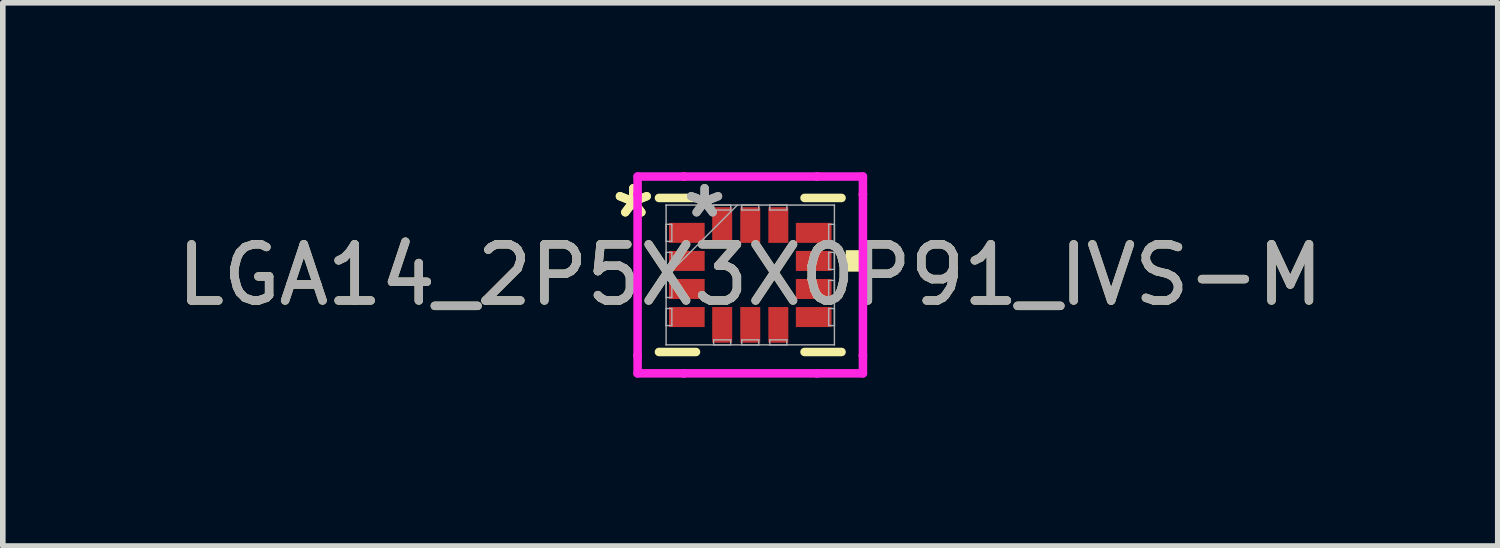
<source format=kicad_pcb>
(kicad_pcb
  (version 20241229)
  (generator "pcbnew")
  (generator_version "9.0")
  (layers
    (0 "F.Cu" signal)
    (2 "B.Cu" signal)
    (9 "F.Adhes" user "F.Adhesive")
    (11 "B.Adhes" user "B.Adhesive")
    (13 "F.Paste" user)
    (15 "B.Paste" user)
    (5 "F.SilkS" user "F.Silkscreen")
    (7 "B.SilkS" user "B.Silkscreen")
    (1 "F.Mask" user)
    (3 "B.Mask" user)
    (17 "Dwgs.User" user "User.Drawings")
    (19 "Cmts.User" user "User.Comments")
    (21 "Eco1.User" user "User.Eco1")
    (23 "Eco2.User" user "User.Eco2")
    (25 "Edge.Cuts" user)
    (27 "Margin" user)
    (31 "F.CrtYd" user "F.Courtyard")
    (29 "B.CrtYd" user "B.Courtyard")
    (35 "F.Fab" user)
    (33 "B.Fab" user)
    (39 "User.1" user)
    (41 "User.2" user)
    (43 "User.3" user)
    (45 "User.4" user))
  (footprint "LGA14_2P5X3X0P91_IVS-M"
    (layer "F.Cu")
    (at 10.315 1.848)
    (property "Reference" "LGA14_2P5X3X0P91_IVS-M" (at 0 0 0) (unlocked yes) (layer "F.SilkS") (effects (font (size 1 1) (thickness 0.15))))
    (attr smd)
    (fp_line (start -1.626 1.372) (end -0.967 1.372) (stroke (width 0.152) (type solid)) (layer "F.SilkS"))
    (fp_line (start -0.967 -1.372) (end -1.626 -1.372) (stroke (width 0.152) (type solid)) (layer "F.SilkS"))
    (fp_line (start 0.967 1.372) (end 1.626 1.372) (stroke (width 0.152) (type solid)) (layer "F.SilkS"))
    (fp_line (start 1.626 -1.372) (end 0.967 -1.372) (stroke (width 0.152) (type solid)) (layer "F.SilkS"))
    (fp_poly (pts (xy 1.956 -0.441) (xy 1.956 -0.059) (xy 1.702 -0.059) (xy 1.702 -0.441)) (stroke (width 0) (type solid)) (fill yes) (layer "F.SilkS"))
    (fp_line (start -2.007 -1.753) (end -1.186 -1.753) (stroke (width 0.152) (type solid)) (layer "F.CrtYd"))
    (fp_line (start -2.007 -1.436) (end -2.007 -1.753) (stroke (width 0.152) (type solid)) (layer "F.CrtYd"))
    (fp_line (start -2.007 -1.436) (end -2.007 -1.436) (stroke (width 0.152) (type solid)) (layer "F.CrtYd"))
    (fp_line (start -2.007 1.436) (end -2.007 -1.436) (stroke (width 0.152) (type solid)) (layer "F.CrtYd"))
    (fp_line (start -2.007 1.436) (end -2.007 1.436) (stroke (width 0.152) (type solid)) (layer "F.CrtYd"))
    (fp_line (start -2.007 1.753) (end -2.007 1.436) (stroke (width 0.152) (type solid)) (layer "F.CrtYd"))
    (fp_line (start -1.186 -1.753) (end -1.186 -1.753) (stroke (width 0.152) (type solid)) (layer "F.CrtYd"))
    (fp_line (start -1.186 -1.753) (end 1.186 -1.753) (stroke (width 0.152) (type solid)) (layer "F.CrtYd"))
    (fp_line (start -1.186 1.753) (end -2.007 1.753) (stroke (width 0.152) (type solid)) (layer "F.CrtYd"))
    (fp_line (start -1.186 1.753) (end -1.186 1.753) (stroke (width 0.152) (type solid)) (layer "F.CrtYd"))
    (fp_line (start 1.186 -1.753) (end 1.186 -1.753) (stroke (width 0.152) (type solid)) (layer "F.CrtYd"))
    (fp_line (start 1.186 -1.753) (end 2.007 -1.753) (stroke (width 0.152) (type solid)) (layer "F.CrtYd"))
    (fp_line (start 1.186 1.753) (end -1.186 1.753) (stroke (width 0.152) (type solid)) (layer "F.CrtYd"))
    (fp_line (start 1.186 1.753) (end 1.186 1.753) (stroke (width 0.152) (type solid)) (layer "F.CrtYd"))
    (fp_line (start 2.007 -1.753) (end 2.007 -1.436) (stroke (width 0.152) (type solid)) (layer "F.CrtYd"))
    (fp_line (start 2.007 -1.436) (end 2.007 -1.436) (stroke (width 0.152) (type solid)) (layer "F.CrtYd"))
    (fp_line (start 2.007 -1.436) (end 2.007 1.436) (stroke (width 0.152) (type solid)) (layer "F.CrtYd"))
    (fp_line (start 2.007 1.436) (end 2.007 1.436) (stroke (width 0.152) (type solid)) (layer "F.CrtYd"))
    (fp_line (start 2.007 1.436) (end 2.007 1.753) (stroke (width 0.152) (type solid)) (layer "F.CrtYd"))
    (fp_line (start 2.007 1.753) (end 1.186 1.753) (stroke (width 0.152) (type solid)) (layer "F.CrtYd"))
    (fp_line (start -1.499 -1.245) (end -1.499 -1.245) (stroke (width 0.025) (type solid)) (layer "F.Fab"))
    (fp_line (start -1.499 -1.245) (end -1.499 1.245) (stroke (width 0.025) (type solid)) (layer "F.Fab"))
    (fp_line (start -1.499 -0.902) (end -1.397 -0.902) (stroke (width 0.025) (type solid)) (layer "F.Fab"))
    (fp_line (start -1.499 -0.598) (end -1.499 -0.902) (stroke (width 0.025) (type solid)) (layer "F.Fab"))
    (fp_line (start -1.499 -0.402) (end -1.397 -0.402) (stroke (width 0.025) (type solid)) (layer "F.Fab"))
    (fp_line (start -1.499 -0.098) (end -1.499 -0.402) (stroke (width 0.025) (type solid)) (layer "F.Fab"))
    (fp_line (start -1.499 0.025) (end -0.229 -1.245) (stroke (width 0.025) (type solid)) (layer "F.Fab"))
    (fp_line (start -1.499 0.098) (end -1.397 0.098) (stroke (width 0.025) (type solid)) (layer "F.Fab"))
    (fp_line (start -1.499 0.402) (end -1.499 0.098) (stroke (width 0.025) (type solid)) (layer "F.Fab"))
    (fp_line (start -1.499 0.598) (end -1.397 0.598) (stroke (width 0.025) (type solid)) (layer "F.Fab"))
    (fp_line (start -1.499 0.902) (end -1.499 0.598) (stroke (width 0.025) (type solid)) (layer "F.Fab"))
    (fp_line (start -1.499 1.245) (end -1.499 1.245) (stroke (width 0.025) (type solid)) (layer "F.Fab"))
    (fp_line (start -1.499 1.245) (end 1.499 1.245) (stroke (width 0.025) (type solid)) (layer "F.Fab"))
    (fp_line (start -1.397 -0.902) (end -1.397 -0.598) (stroke (width 0.025) (type solid)) (layer "F.Fab"))
    (fp_line (start -1.397 -0.598) (end -1.499 -0.598) (stroke (width 0.025) (type solid)) (layer "F.Fab"))
    (fp_line (start -1.397 -0.402) (end -1.397 -0.098) (stroke (width 0.025) (type solid)) (layer "F.Fab"))
    (fp_line (start -1.397 -0.098) (end -1.499 -0.098) (stroke (width 0.025) (type solid)) (layer "F.Fab"))
    (fp_line (start -1.397 0.098) (end -1.397 0.402) (stroke (width 0.025) (type solid)) (layer "F.Fab"))
    (fp_line (start -1.397 0.402) (end -1.499 0.402) (stroke (width 0.025) (type solid)) (layer "F.Fab"))
    (fp_line (start -1.397 0.598) (end -1.397 0.902) (stroke (width 0.025) (type solid)) (layer "F.Fab"))
    (fp_line (start -1.397 0.902) (end -1.499 0.902) (stroke (width 0.025) (type solid)) (layer "F.Fab"))
    (fp_line (start -0.652 -1.245) (end -0.348 -1.245) (stroke (width 0.025) (type solid)) (layer "F.Fab"))
    (fp_line (start -0.652 -1.156) (end -0.652 -1.245) (stroke (width 0.025) (type solid)) (layer "F.Fab"))
    (fp_line (start -0.652 1.156) (end -0.348 1.156) (stroke (width 0.025) (type solid)) (layer "F.Fab"))
    (fp_line (start -0.652 1.245) (end -0.652 1.156) (stroke (width 0.025) (type solid)) (layer "F.Fab"))
    (fp_line (start -0.348 -1.245) (end -0.348 -1.156) (stroke (width 0.025) (type solid)) (layer "F.Fab"))
    (fp_line (start -0.348 -1.156) (end -0.652 -1.156) (stroke (width 0.025) (type solid)) (layer "F.Fab"))
    (fp_line (start -0.348 1.156) (end -0.348 1.245) (stroke (width 0.025) (type solid)) (layer "F.Fab"))
    (fp_line (start -0.348 1.245) (end -0.652 1.245) (stroke (width 0.025) (type solid)) (layer "F.Fab"))
    (fp_line (start -0.152 -1.245) (end 0.152 -1.245) (stroke (width 0.025) (type solid)) (layer "F.Fab"))
    (fp_line (start -0.152 -1.156) (end -0.152 -1.245) (stroke (width 0.025) (type solid)) (layer "F.Fab"))
    (fp_line (start -0.152 1.156) (end 0.152 1.156) (stroke (width 0.025) (type solid)) (layer "F.Fab"))
    (fp_line (start -0.152 1.245) (end -0.152 1.156) (stroke (width 0.025) (type solid)) (layer "F.Fab"))
    (fp_line (start 0.152 -1.245) (end 0.152 -1.156) (stroke (width 0.025) (type solid)) (layer "F.Fab"))
    (fp_line (start 0.152 -1.156) (end -0.152 -1.156) (stroke (width 0.025) (type solid)) (layer "F.Fab"))
    (fp_line (start 0.152 1.156) (end 0.152 1.245) (stroke (width 0.025) (type solid)) (layer "F.Fab"))
    (fp_line (start 0.152 1.245) (end -0.152 1.245) (stroke (width 0.025) (type solid)) (layer "F.Fab"))
    (fp_line (start 0.348 -1.245) (end 0.652 -1.245) (stroke (width 0.025) (type solid)) (layer "F.Fab"))
    (fp_line (start 0.348 -1.156) (end 0.348 -1.245) (stroke (width 0.025) (type solid)) (layer "F.Fab"))
    (fp_line (start 0.348 1.156) (end 0.652 1.156) (stroke (width 0.025) (type solid)) (layer "F.Fab"))
    (fp_line (start 0.348 1.245) (end 0.348 1.156) (stroke (width 0.025) (type solid)) (layer "F.Fab"))
    (fp_line (start 0.652 -1.245) (end 0.652 -1.156) (stroke (width 0.025) (type solid)) (layer "F.Fab"))
    (fp_line (start 0.652 -1.156) (end 0.348 -1.156) (stroke (width 0.025) (type solid)) (layer "F.Fab"))
    (fp_line (start 0.652 1.156) (end 0.652 1.245) (stroke (width 0.025) (type solid)) (layer "F.Fab"))
    (fp_line (start 0.652 1.245) (end 0.348 1.245) (stroke (width 0.025) (type solid)) (layer "F.Fab"))
    (fp_line (start 1.397 -0.902) (end 1.499 -0.902) (stroke (width 0.025) (type solid)) (layer "F.Fab"))
    (fp_line (start 1.397 -0.598) (end 1.397 -0.902) (stroke (width 0.025) (type solid)) (layer "F.Fab"))
    (fp_line (start 1.397 -0.402) (end 1.499 -0.402) (stroke (width 0.025) (type solid)) (layer "F.Fab"))
    (fp_line (start 1.397 -0.098) (end 1.397 -0.402) (stroke (width 0.025) (type solid)) (layer "F.Fab"))
    (fp_line (start 1.397 0.098) (end 1.499 0.098) (stroke (width 0.025) (type solid)) (layer "F.Fab"))
    (fp_line (start 1.397 0.402) (end 1.397 0.098) (stroke (width 0.025) (type solid)) (layer "F.Fab"))
    (fp_line (start 1.397 0.598) (end 1.499 0.598) (stroke (width 0.025) (type solid)) (layer "F.Fab"))
    (fp_line (start 1.397 0.902) (end 1.397 0.598) (stroke (width 0.025) (type solid)) (layer "F.Fab"))
    (fp_line (start 1.499 -1.245) (end -1.499 -1.245) (stroke (width 0.025) (type solid)) (layer "F.Fab"))
    (fp_line (start 1.499 -1.245) (end 1.499 -1.245) (stroke (width 0.025) (type solid)) (layer "F.Fab"))
    (fp_line (start 1.499 -0.902) (end 1.499 -0.598) (stroke (width 0.025) (type solid)) (layer "F.Fab"))
    (fp_line (start 1.499 -0.598) (end 1.397 -0.598) (stroke (width 0.025) (type solid)) (layer "F.Fab"))
    (fp_line (start 1.499 -0.402) (end 1.499 -0.098) (stroke (width 0.025) (type solid)) (layer "F.Fab"))
    (fp_line (start 1.499 -0.098) (end 1.397 -0.098) (stroke (width 0.025) (type solid)) (layer "F.Fab"))
    (fp_line (start 1.499 0.098) (end 1.499 0.402) (stroke (width 0.025) (type solid)) (layer "F.Fab"))
    (fp_line (start 1.499 0.402) (end 1.397 0.402) (stroke (width 0.025) (type solid)) (layer "F.Fab"))
    (fp_line (start 1.499 0.598) (end 1.499 0.902) (stroke (width 0.025) (type solid)) (layer "F.Fab"))
    (fp_line (start 1.499 0.902) (end 1.397 0.902) (stroke (width 0.025) (type solid)) (layer "F.Fab"))
    (fp_line (start 1.499 1.245) (end 1.499 -1.245) (stroke (width 0.025) (type solid)) (layer "F.Fab"))
    (fp_line (start 1.499 1.245) (end 1.499 1.245) (stroke (width 0.025) (type solid)) (layer "F.Fab"))
    (fp_text user "*" (at -2.083 -1 0) (layer "F.SilkS") (effects (font (size 1 1) (thickness 0.15))))
    (fp_text user "*" (at -2.083 -1 0) (unlocked yes) (layer "F.SilkS") (effects (font (size 1 1) (thickness 0.15))))
    (fp_text user "${REFERENCE}" (at 0 0 0) (unlocked yes) (layer "F.Fab") (effects (font (size 1 1) (thickness 0.15))))
    (fp_text user "*" (at -0.813 -1 0) (unlocked yes) (layer "F.Fab") (effects (font (size 1 1) (thickness 0.15))))
    (fp_text user "*" (at -0.813 -1 0) (layer "F.Fab") (effects (font (size 1 1) (thickness 0.15))))
    (pad "1" smd rect (at -1.13 -0.75 90) (size 0.356 0.635) (layers "F.Cu" "F.Mask" "F.Paste"))
    (pad "2" smd rect (at -1.13 -0.25 90) (size 0.356 0.635) (layers "F.Cu" "F.Mask" "F.Paste"))
    (pad "3" smd rect (at -1.13 0.25 90) (size 0.356 0.635) (layers "F.Cu" "F.Mask" "F.Paste"))
    (pad "4" smd rect (at -1.13 0.75 90) (size 0.356 0.635) (layers "F.Cu" "F.Mask" "F.Paste"))
    (pad "5" smd rect (at -0.5 0.889) (size 0.356 0.635) (layers "F.Cu" "F.Mask" "F.Paste"))
    (pad "6" smd rect (at 0 0.889) (size 0.356 0.635) (layers "F.Cu" "F.Mask" "F.Paste"))
    (pad "7" smd rect (at 0.5 0.889) (size 0.356 0.635) (layers "F.Cu" "F.Mask" "F.Paste"))
    (pad "8" smd rect (at 1.13 0.75 90) (size 0.356 0.635) (layers "F.Cu" "F.Mask" "F.Paste"))
    (pad "9" smd rect (at 1.13 0.25 90) (size 0.356 0.635) (layers "F.Cu" "F.Mask" "F.Paste"))
    (pad "10" smd rect (at 1.13 -0.25 90) (size 0.356 0.635) (layers "F.Cu" "F.Mask" "F.Paste"))
    (pad "11" smd rect (at 1.13 -0.75 90) (size 0.356 0.635) (layers "F.Cu" "F.Mask" "F.Paste"))
    (pad "12" smd rect (at 0.5 -0.889) (size 0.356 0.635) (layers "F.Cu" "F.Mask" "F.Paste"))
    (pad "13" smd rect (at 0 -0.889) (size 0.356 0.635) (layers "F.Cu" "F.Mask" "F.Paste"))
    (pad "14" smd rect (at -0.5 -0.889) (size 0.356 0.635) (layers "F.Cu" "F.Mask" "F.Paste")))
  (gr_rect
    (start -3 -3)
    (end 23.631 6.677)
    (stroke (width 0.1) (type default))
    (fill no)
    (layer "Edge.Cuts")))
</source>
